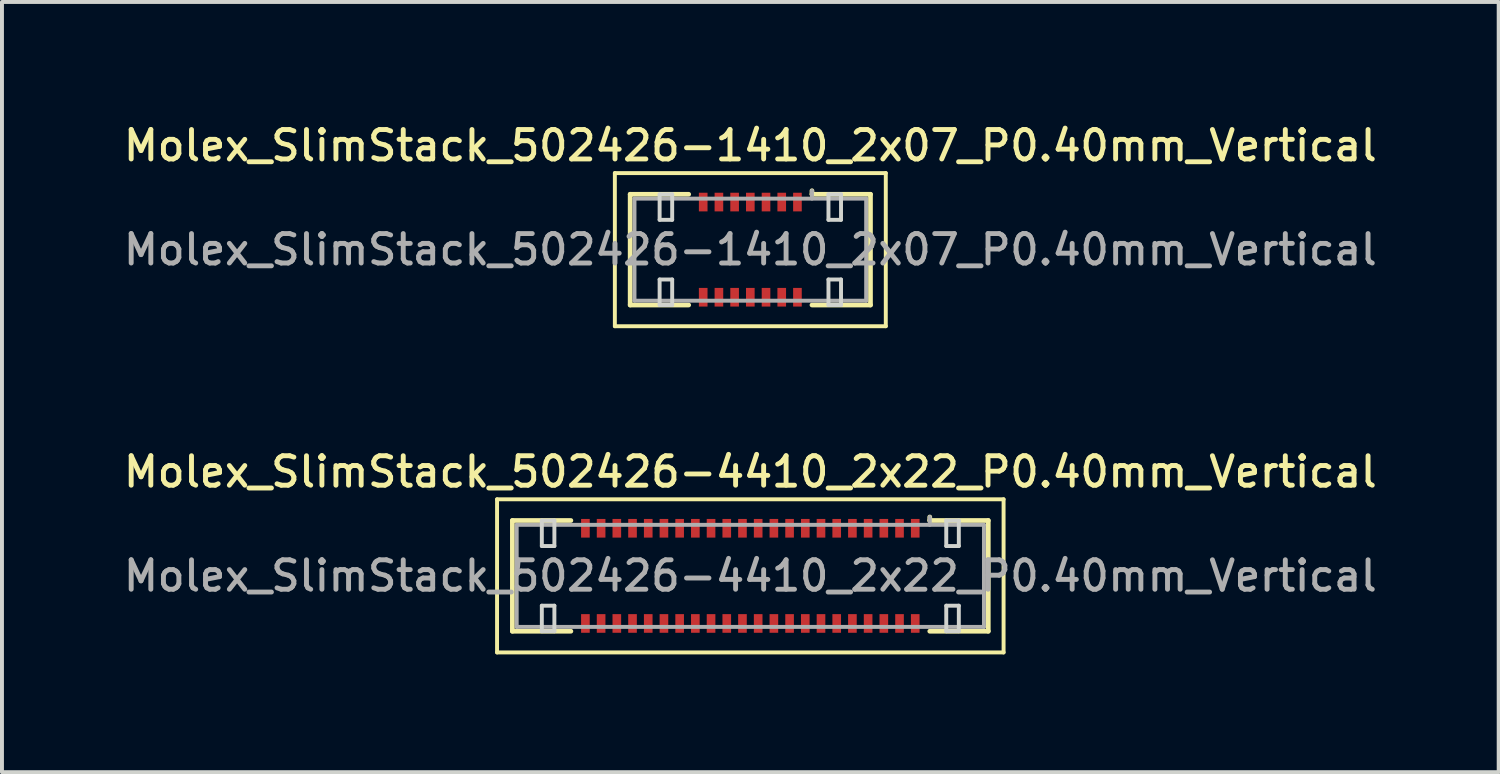
<source format=kicad_pcb>
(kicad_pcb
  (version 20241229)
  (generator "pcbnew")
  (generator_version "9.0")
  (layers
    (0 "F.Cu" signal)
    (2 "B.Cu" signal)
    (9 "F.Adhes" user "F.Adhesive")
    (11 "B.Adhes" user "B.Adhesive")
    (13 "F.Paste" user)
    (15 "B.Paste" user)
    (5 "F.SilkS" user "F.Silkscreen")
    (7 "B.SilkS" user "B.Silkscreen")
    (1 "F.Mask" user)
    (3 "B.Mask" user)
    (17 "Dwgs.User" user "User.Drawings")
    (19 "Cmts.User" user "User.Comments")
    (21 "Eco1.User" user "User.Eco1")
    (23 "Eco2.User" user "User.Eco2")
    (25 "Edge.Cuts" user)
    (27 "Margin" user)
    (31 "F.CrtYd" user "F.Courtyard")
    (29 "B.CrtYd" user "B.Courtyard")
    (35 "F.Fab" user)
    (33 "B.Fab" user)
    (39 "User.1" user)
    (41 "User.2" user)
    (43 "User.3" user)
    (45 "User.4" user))
  (footprint "Molex_SlimStack_502426-1410_2x07_P0.40mm_Vertical"
    (layer "F.Cu")
    (at 16.059 3.308)
    (property "Reference" "Molex_SlimStack_502426-1410_2x07_P0.40mm_Vertical" (at 0 -2.65 0) (layer "F.SilkS") (effects (font (size 0.75 0.75) (thickness 0.125))))
    (attr smd)
    (fp_line (start -3.45 -1.95) (end -3.45 1.95) (stroke (width 0.1) (type solid)) (layer "F.SilkS"))
    (fp_line (start -3.45 1.95) (end 3.45 1.95) (stroke (width 0.1) (type solid)) (layer "F.SilkS"))
    (fp_line (start -3.06 -1.41) (end -1.57 -1.41) (stroke (width 0.12) (type solid)) (layer "F.SilkS"))
    (fp_line (start -3.06 1.41) (end -3.06 -1.41) (stroke (width 0.12) (type solid)) (layer "F.SilkS"))
    (fp_line (start -1.57 1.41) (end -3.06 1.41) (stroke (width 0.12) (type solid)) (layer "F.SilkS"))
    (fp_line (start 1.57 -1.41) (end 1.57 -1.5) (stroke (width 0.12) (type solid)) (layer "F.SilkS"))
    (fp_line (start 1.57 1.41) (end 3.06 1.41) (stroke (width 0.12) (type solid)) (layer "F.SilkS"))
    (fp_line (start 3.06 -1.41) (end 1.57 -1.41) (stroke (width 0.12) (type solid)) (layer "F.SilkS"))
    (fp_line (start 3.06 1.41) (end 3.06 -1.41) (stroke (width 0.12) (type solid)) (layer "F.SilkS"))
    (fp_line (start 3.45 -1.95) (end -3.45 -1.95) (stroke (width 0.1) (type solid)) (layer "F.SilkS"))
    (fp_line (start 3.45 1.95) (end 3.45 -1.95) (stroke (width 0.1) (type solid)) (layer "F.SilkS"))
    (fp_line (start -2.31 -1.41) (end -2.31 -0.76) (stroke (width 0.1) (type solid)) (layer "Edge.Cuts"))
    (fp_line (start -2.31 -0.76) (end -1.99 -0.76) (stroke (width 0.1) (type solid)) (layer "Edge.Cuts"))
    (fp_line (start -2.31 0.76) (end -2.31 1.41) (stroke (width 0.1) (type solid)) (layer "Edge.Cuts"))
    (fp_line (start -2.31 1.41) (end -1.99 1.41) (stroke (width 0.1) (type solid)) (layer "Edge.Cuts"))
    (fp_line (start -1.99 -1.41) (end -2.31 -1.41) (stroke (width 0.1) (type solid)) (layer "Edge.Cuts"))
    (fp_line (start -1.99 -0.76) (end -1.99 -1.41) (stroke (width 0.1) (type solid)) (layer "Edge.Cuts"))
    (fp_line (start -1.99 0.76) (end -2.31 0.76) (stroke (width 0.1) (type solid)) (layer "Edge.Cuts"))
    (fp_line (start -1.99 1.41) (end -1.99 0.76) (stroke (width 0.1) (type solid)) (layer "Edge.Cuts"))
    (fp_line (start 1.99 -1.41) (end 1.99 -0.76) (stroke (width 0.1) (type solid)) (layer "Edge.Cuts"))
    (fp_line (start 1.99 -0.76) (end 2.31 -0.76) (stroke (width 0.1) (type solid)) (layer "Edge.Cuts"))
    (fp_line (start 1.99 0.76) (end 1.99 1.41) (stroke (width 0.1) (type solid)) (layer "Edge.Cuts"))
    (fp_line (start 1.99 1.41) (end 2.31 1.41) (stroke (width 0.1) (type solid)) (layer "Edge.Cuts"))
    (fp_line (start 2.31 -1.41) (end 1.99 -1.41) (stroke (width 0.1) (type solid)) (layer "Edge.Cuts"))
    (fp_line (start 2.31 -0.76) (end 2.31 -1.41) (stroke (width 0.1) (type solid)) (layer "Edge.Cuts"))
    (fp_line (start 2.31 0.76) (end 1.99 0.76) (stroke (width 0.1) (type solid)) (layer "Edge.Cuts"))
    (fp_line (start 2.31 1.41) (end 2.31 0.76) (stroke (width 0.1) (type solid)) (layer "Edge.Cuts"))
    (fp_line (start -2.95 -1.3) (end -2.95 1.3) (stroke (width 0.1) (type solid)) (layer "F.Fab"))
    (fp_line (start -2.95 1.3) (end 2.95 1.3) (stroke (width 0.1) (type solid)) (layer "F.Fab"))
    (fp_line (start 1.57 -1.3) (end 1.57 -1.5) (stroke (width 0.1) (type solid)) (layer "F.Fab"))
    (fp_line (start 2.95 -1.3) (end -2.95 -1.3) (stroke (width 0.1) (type solid)) (layer "F.Fab"))
    (fp_line (start 2.95 1.3) (end 2.95 -1.3) (stroke (width 0.1) (type solid)) (layer "F.Fab"))
    (fp_text user "${REFERENCE}" (at 0 0 0) (layer "F.Fab") (effects (font (size 0.75 0.75) (thickness 0.125))))
    (pad "1" smd rect (at 1.2 -1.212) (size 0.22 0.475) (layers "F.Cu" "F.Mask" "F.Paste"))
    (pad "2" smd rect (at 1.2 1.212) (size 0.22 0.475) (layers "F.Cu" "F.Mask" "F.Paste"))
    (pad "3" smd rect (at 0.8 -1.212) (size 0.22 0.475) (layers "F.Cu" "F.Mask" "F.Paste"))
    (pad "4" smd rect (at 0.8 1.212) (size 0.22 0.475) (layers "F.Cu" "F.Mask" "F.Paste"))
    (pad "5" smd rect (at 0.4 -1.212) (size 0.22 0.475) (layers "F.Cu" "F.Mask" "F.Paste"))
    (pad "6" smd rect (at 0.4 1.212) (size 0.22 0.475) (layers "F.Cu" "F.Mask" "F.Paste"))
    (pad "7" smd rect (at 0 -1.212) (size 0.22 0.475) (layers "F.Cu" "F.Mask" "F.Paste"))
    (pad "8" smd rect (at 0 1.212) (size 0.22 0.475) (layers "F.Cu" "F.Mask" "F.Paste"))
    (pad "9" smd rect (at -0.4 -1.212) (size 0.22 0.475) (layers "F.Cu" "F.Mask" "F.Paste"))
    (pad "10" smd rect (at -0.4 1.212) (size 0.22 0.475) (layers "F.Cu" "F.Mask" "F.Paste"))
    (pad "11" smd rect (at -0.8 -1.212) (size 0.22 0.475) (layers "F.Cu" "F.Mask" "F.Paste"))
    (pad "12" smd rect (at -0.8 1.212) (size 0.22 0.475) (layers "F.Cu" "F.Mask" "F.Paste"))
    (pad "13" smd rect (at -1.2 -1.212) (size 0.22 0.475) (layers "F.Cu" "F.Mask" "F.Paste"))
    (pad "14" smd rect (at -1.2 1.212) (size 0.22 0.475) (layers "F.Cu" "F.Mask" "F.Paste")))
  (footprint "Molex_SlimStack_502426-4410_2x22_P0.40mm_Vertical"
    (layer "F.Cu")
    (at 16.059 11.616)
    (property "Reference" "Molex_SlimStack_502426-4410_2x22_P0.40mm_Vertical" (at 0 -2.65 0) (layer "F.SilkS") (effects (font (size 0.75 0.75) (thickness 0.125))))
    (attr smd)
    (fp_line (start -6.45 -1.95) (end -6.45 1.95) (stroke (width 0.1) (type solid)) (layer "F.SilkS"))
    (fp_line (start -6.45 1.95) (end 6.45 1.95) (stroke (width 0.1) (type solid)) (layer "F.SilkS"))
    (fp_line (start -6.06 -1.41) (end -4.57 -1.41) (stroke (width 0.12) (type solid)) (layer "F.SilkS"))
    (fp_line (start -6.06 1.41) (end -6.06 -1.41) (stroke (width 0.12) (type solid)) (layer "F.SilkS"))
    (fp_line (start -4.57 1.41) (end -6.06 1.41) (stroke (width 0.12) (type solid)) (layer "F.SilkS"))
    (fp_line (start 4.57 -1.41) (end 4.57 -1.5) (stroke (width 0.12) (type solid)) (layer "F.SilkS"))
    (fp_line (start 4.57 1.41) (end 6.06 1.41) (stroke (width 0.12) (type solid)) (layer "F.SilkS"))
    (fp_line (start 6.06 -1.41) (end 4.57 -1.41) (stroke (width 0.12) (type solid)) (layer "F.SilkS"))
    (fp_line (start 6.06 1.41) (end 6.06 -1.41) (stroke (width 0.12) (type solid)) (layer "F.SilkS"))
    (fp_line (start 6.45 -1.95) (end -6.45 -1.95) (stroke (width 0.1) (type solid)) (layer "F.SilkS"))
    (fp_line (start 6.45 1.95) (end 6.45 -1.95) (stroke (width 0.1) (type solid)) (layer "F.SilkS"))
    (fp_line (start -5.31 -1.41) (end -5.31 -0.76) (stroke (width 0.1) (type solid)) (layer "Edge.Cuts"))
    (fp_line (start -5.31 -0.76) (end -4.99 -0.76) (stroke (width 0.1) (type solid)) (layer "Edge.Cuts"))
    (fp_line (start -5.31 0.76) (end -5.31 1.41) (stroke (width 0.1) (type solid)) (layer "Edge.Cuts"))
    (fp_line (start -5.31 1.41) (end -4.99 1.41) (stroke (width 0.1) (type solid)) (layer "Edge.Cuts"))
    (fp_line (start -4.99 -1.41) (end -5.31 -1.41) (stroke (width 0.1) (type solid)) (layer "Edge.Cuts"))
    (fp_line (start -4.99 -0.76) (end -4.99 -1.41) (stroke (width 0.1) (type solid)) (layer "Edge.Cuts"))
    (fp_line (start -4.99 0.76) (end -5.31 0.76) (stroke (width 0.1) (type solid)) (layer "Edge.Cuts"))
    (fp_line (start -4.99 1.41) (end -4.99 0.76) (stroke (width 0.1) (type solid)) (layer "Edge.Cuts"))
    (fp_line (start 4.99 -1.41) (end 4.99 -0.76) (stroke (width 0.1) (type solid)) (layer "Edge.Cuts"))
    (fp_line (start 4.99 -0.76) (end 5.31 -0.76) (stroke (width 0.1) (type solid)) (layer "Edge.Cuts"))
    (fp_line (start 4.99 0.76) (end 4.99 1.41) (stroke (width 0.1) (type solid)) (layer "Edge.Cuts"))
    (fp_line (start 4.99 1.41) (end 5.31 1.41) (stroke (width 0.1) (type solid)) (layer "Edge.Cuts"))
    (fp_line (start 5.31 -1.41) (end 4.99 -1.41) (stroke (width 0.1) (type solid)) (layer "Edge.Cuts"))
    (fp_line (start 5.31 -0.76) (end 5.31 -1.41) (stroke (width 0.1) (type solid)) (layer "Edge.Cuts"))
    (fp_line (start 5.31 0.76) (end 4.99 0.76) (stroke (width 0.1) (type solid)) (layer "Edge.Cuts"))
    (fp_line (start 5.31 1.41) (end 5.31 0.76) (stroke (width 0.1) (type solid)) (layer "Edge.Cuts"))
    (fp_line (start -5.95 -1.3) (end -5.95 1.3) (stroke (width 0.1) (type solid)) (layer "F.Fab"))
    (fp_line (start -5.95 1.3) (end 5.95 1.3) (stroke (width 0.1) (type solid)) (layer "F.Fab"))
    (fp_line (start 4.57 -1.3) (end 4.57 -1.5) (stroke (width 0.1) (type solid)) (layer "F.Fab"))
    (fp_line (start 5.95 -1.3) (end -5.95 -1.3) (stroke (width 0.1) (type solid)) (layer "F.Fab"))
    (fp_line (start 5.95 1.3) (end 5.95 -1.3) (stroke (width 0.1) (type solid)) (layer "F.Fab"))
    (fp_text user "${REFERENCE}" (at 0 0 0) (layer "F.Fab") (effects (font (size 0.75 0.75) (thickness 0.125))))
    (pad "1" smd rect (at 4.2 -1.212) (size 0.22 0.475) (layers "F.Cu" "F.Mask" "F.Paste"))
    (pad "2" smd rect (at 4.2 1.212) (size 0.22 0.475) (layers "F.Cu" "F.Mask" "F.Paste"))
    (pad "3" smd rect (at 3.8 -1.212) (size 0.22 0.475) (layers "F.Cu" "F.Mask" "F.Paste"))
    (pad "4" smd rect (at 3.8 1.212) (size 0.22 0.475) (layers "F.Cu" "F.Mask" "F.Paste"))
    (pad "5" smd rect (at 3.4 -1.212) (size 0.22 0.475) (layers "F.Cu" "F.Mask" "F.Paste"))
    (pad "6" smd rect (at 3.4 1.212) (size 0.22 0.475) (layers "F.Cu" "F.Mask" "F.Paste"))
    (pad "7" smd rect (at 3 -1.212) (size 0.22 0.475) (layers "F.Cu" "F.Mask" "F.Paste"))
    (pad "8" smd rect (at 3 1.212) (size 0.22 0.475) (layers "F.Cu" "F.Mask" "F.Paste"))
    (pad "9" smd rect (at 2.6 -1.212) (size 0.22 0.475) (layers "F.Cu" "F.Mask" "F.Paste"))
    (pad "10" smd rect (at 2.6 1.212) (size 0.22 0.475) (layers "F.Cu" "F.Mask" "F.Paste"))
    (pad "11" smd rect (at 2.2 -1.212) (size 0.22 0.475) (layers "F.Cu" "F.Mask" "F.Paste"))
    (pad "12" smd rect (at 2.2 1.212) (size 0.22 0.475) (layers "F.Cu" "F.Mask" "F.Paste"))
    (pad "13" smd rect (at 1.8 -1.212) (size 0.22 0.475) (layers "F.Cu" "F.Mask" "F.Paste"))
    (pad "14" smd rect (at 1.8 1.212) (size 0.22 0.475) (layers "F.Cu" "F.Mask" "F.Paste"))
    (pad "15" smd rect (at 1.4 -1.212) (size 0.22 0.475) (layers "F.Cu" "F.Mask" "F.Paste"))
    (pad "16" smd rect (at 1.4 1.212) (size 0.22 0.475) (layers "F.Cu" "F.Mask" "F.Paste"))
    (pad "17" smd rect (at 1 -1.212) (size 0.22 0.475) (layers "F.Cu" "F.Mask" "F.Paste"))
    (pad "18" smd rect (at 1 1.212) (size 0.22 0.475) (layers "F.Cu" "F.Mask" "F.Paste"))
    (pad "19" smd rect (at 0.6 -1.212) (size 0.22 0.475) (layers "F.Cu" "F.Mask" "F.Paste"))
    (pad "20" smd rect (at 0.6 1.212) (size 0.22 0.475) (layers "F.Cu" "F.Mask" "F.Paste"))
    (pad "21" smd rect (at 0.2 -1.212) (size 0.22 0.475) (layers "F.Cu" "F.Mask" "F.Paste"))
    (pad "22" smd rect (at 0.2 1.212) (size 0.22 0.475) (layers "F.Cu" "F.Mask" "F.Paste"))
    (pad "23" smd rect (at -0.2 -1.212) (size 0.22 0.475) (layers "F.Cu" "F.Mask" "F.Paste"))
    (pad "24" smd rect (at -0.2 1.212) (size 0.22 0.475) (layers "F.Cu" "F.Mask" "F.Paste"))
    (pad "25" smd rect (at -0.6 -1.212) (size 0.22 0.475) (layers "F.Cu" "F.Mask" "F.Paste"))
    (pad "26" smd rect (at -0.6 1.212) (size 0.22 0.475) (layers "F.Cu" "F.Mask" "F.Paste"))
    (pad "27" smd rect (at -1 -1.212) (size 0.22 0.475) (layers "F.Cu" "F.Mask" "F.Paste"))
    (pad "28" smd rect (at -1 1.212) (size 0.22 0.475) (layers "F.Cu" "F.Mask" "F.Paste"))
    (pad "29" smd rect (at -1.4 -1.212) (size 0.22 0.475) (layers "F.Cu" "F.Mask" "F.Paste"))
    (pad "30" smd rect (at -1.4 1.212) (size 0.22 0.475) (layers "F.Cu" "F.Mask" "F.Paste"))
    (pad "31" smd rect (at -1.8 -1.212) (size 0.22 0.475) (layers "F.Cu" "F.Mask" "F.Paste"))
    (pad "32" smd rect (at -1.8 1.212) (size 0.22 0.475) (layers "F.Cu" "F.Mask" "F.Paste"))
    (pad "33" smd rect (at -2.2 -1.212) (size 0.22 0.475) (layers "F.Cu" "F.Mask" "F.Paste"))
    (pad "34" smd rect (at -2.2 1.212) (size 0.22 0.475) (layers "F.Cu" "F.Mask" "F.Paste"))
    (pad "35" smd rect (at -2.6 -1.212) (size 0.22 0.475) (layers "F.Cu" "F.Mask" "F.Paste"))
    (pad "36" smd rect (at -2.6 1.212) (size 0.22 0.475) (layers "F.Cu" "F.Mask" "F.Paste"))
    (pad "37" smd rect (at -3 -1.212) (size 0.22 0.475) (layers "F.Cu" "F.Mask" "F.Paste"))
    (pad "38" smd rect (at -3 1.212) (size 0.22 0.475) (layers "F.Cu" "F.Mask" "F.Paste"))
    (pad "39" smd rect (at -3.4 -1.212) (size 0.22 0.475) (layers "F.Cu" "F.Mask" "F.Paste"))
    (pad "40" smd rect (at -3.4 1.212) (size 0.22 0.475) (layers "F.Cu" "F.Mask" "F.Paste"))
    (pad "41" smd rect (at -3.8 -1.212) (size 0.22 0.475) (layers "F.Cu" "F.Mask" "F.Paste"))
    (pad "42" smd rect (at -3.8 1.212) (size 0.22 0.475) (layers "F.Cu" "F.Mask" "F.Paste"))
    (pad "43" smd rect (at -4.2 -1.212) (size 0.22 0.475) (layers "F.Cu" "F.Mask" "F.Paste"))
    (pad "44" smd rect (at -4.2 1.212) (size 0.22 0.475) (layers "F.Cu" "F.Mask" "F.Paste")))
  (gr_rect
    (start -3 -3)
    (end 35.118 16.616)
    (stroke (width 0.1) (type default))
    (fill no)
    (layer "Edge.Cuts")))
</source>
